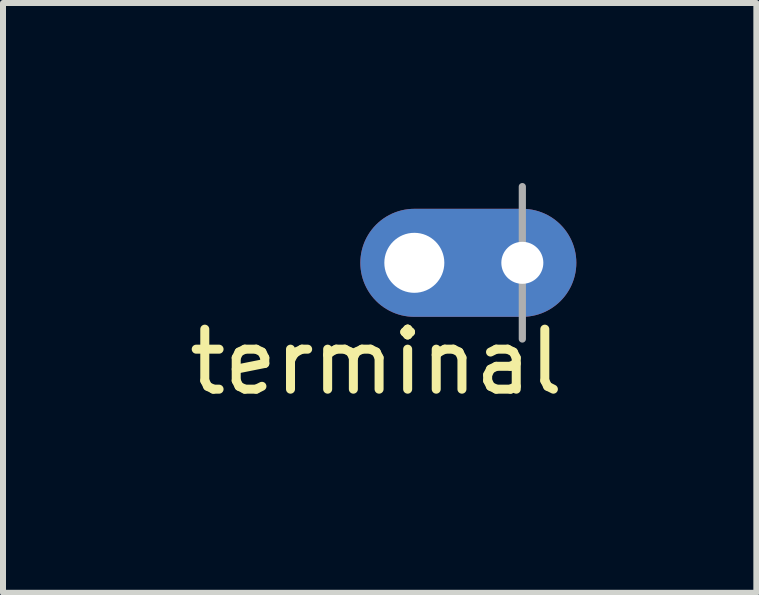
<source format=kicad_pcb>
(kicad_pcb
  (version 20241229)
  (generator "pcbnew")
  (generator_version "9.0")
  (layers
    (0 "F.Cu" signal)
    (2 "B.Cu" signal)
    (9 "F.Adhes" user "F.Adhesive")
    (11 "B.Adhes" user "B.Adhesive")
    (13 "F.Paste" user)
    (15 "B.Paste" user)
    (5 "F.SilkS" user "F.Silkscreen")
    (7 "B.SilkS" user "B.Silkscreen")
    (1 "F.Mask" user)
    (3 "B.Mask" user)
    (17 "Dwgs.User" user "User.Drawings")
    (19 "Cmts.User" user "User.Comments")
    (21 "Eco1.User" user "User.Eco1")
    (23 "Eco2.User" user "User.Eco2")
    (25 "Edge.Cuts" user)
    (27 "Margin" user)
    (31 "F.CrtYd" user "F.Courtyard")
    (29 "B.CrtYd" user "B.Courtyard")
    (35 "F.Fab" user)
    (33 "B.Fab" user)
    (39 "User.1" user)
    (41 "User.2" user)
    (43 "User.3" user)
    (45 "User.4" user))
  (footprint "terminal"
    (layer "F.Cu")
    (at 3.855 1.33)
    (property "Reference" "terminal" (at -0.635 1.651 0) (layer "F.SilkS") (effects (font (size 1 1) (thickness 0.15))))
    (attr through_hole)
    (fp_line (start 1.8 -1.27) (end 1.8 1.27) (stroke (width 0.12) (type solid)) (layer "F.Fab"))
    (pad "" np_thru_hole circle (at 1.8 0) (size 0.7 0.7) (drill 0.7) (layers "*.Cu" "*.Mask"))
    (pad "1" thru_hole oval (at 0 0) (size 3.6 1.8) (drill 1 (offset 0.9 0)) (layers "*.Cu" "*.Mask")))
  (gr_rect
    (start -3 -3)
    (end 9.555 6.829)
    (stroke (width 0.1) (type default))
    (fill no)
    (layer "Edge.Cuts")))
</source>
